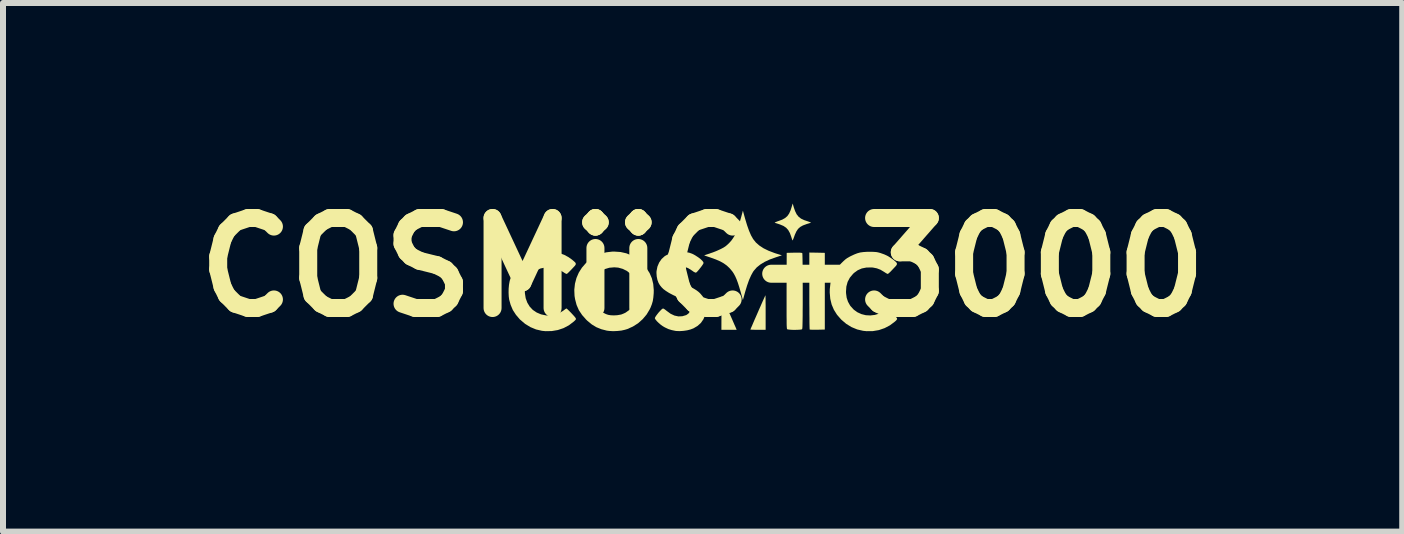
<source format=kicad_pcb>
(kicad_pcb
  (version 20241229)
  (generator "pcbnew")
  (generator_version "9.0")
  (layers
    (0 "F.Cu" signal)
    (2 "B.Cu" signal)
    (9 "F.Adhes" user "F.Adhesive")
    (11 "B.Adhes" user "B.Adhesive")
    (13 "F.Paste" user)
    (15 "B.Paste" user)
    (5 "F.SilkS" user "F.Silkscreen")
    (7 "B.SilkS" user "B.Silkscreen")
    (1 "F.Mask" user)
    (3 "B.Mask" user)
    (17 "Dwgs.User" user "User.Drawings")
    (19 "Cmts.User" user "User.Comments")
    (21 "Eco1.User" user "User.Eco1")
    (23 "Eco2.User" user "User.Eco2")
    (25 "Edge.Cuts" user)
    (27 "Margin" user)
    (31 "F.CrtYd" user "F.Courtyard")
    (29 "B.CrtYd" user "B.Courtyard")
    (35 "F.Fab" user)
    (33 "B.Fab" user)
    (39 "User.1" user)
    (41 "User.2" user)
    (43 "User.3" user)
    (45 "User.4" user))
  (footprint "COSMiiC-3000"
    (layer "F.Cu")
    (at 8.657 1.404)
    (property "Reference" "COSMiiC-3000" (at 0 0 0) (layer "F.SilkS") (effects (font (size 1.5 1.5) (thickness 0.3))))
    (attr board_only exclude_from_pos_files exclude_from_bom)
    (fp_poly (pts (xy 1.907 -0.244) (xy 2.036 -0.241) (xy 2.036 0.398) (xy 2.036 1.037) (xy 1.913 1.04) (xy 1.869 1.04) (xy 1.831 1.04) (xy 1.802 1.039) (xy 1.786 1.037) (xy 1.784 1.036) (xy 1.783 1.027) (xy 1.782 1.002) (xy 1.781 0.963) (xy 1.78 0.911) (xy 1.78 0.847) (xy 1.779 0.773) (xy 1.779 0.69) (xy 1.778 0.599) (xy 1.778 0.502) (xy 1.778 0.4) (xy 1.778 0.392) (xy 1.778 -0.246)) (stroke (width 0) (type solid)) (fill yes) (layer "F.SilkS"))
    (fp_poly (pts (xy 0.326 0.492) (xy 0.336 0.516) (xy 0.352 0.55) (xy 0.371 0.593) (xy 0.393 0.643) (xy 0.417 0.697) (xy 0.442 0.754) (xy 0.467 0.811) (xy 0.491 0.865) (xy 0.513 0.916) (xy 0.532 0.96) (xy 0.548 0.995) (xy 0.556 1.014) (xy 0.567 1.041) (xy 0.44 1.041) (xy 0.313 1.041) (xy 0.314 0.756) (xy 0.314 0.683) (xy 0.314 0.619) (xy 0.315 0.566) (xy 0.317 0.525) (xy 0.318 0.497) (xy 0.32 0.483) (xy 0.321 0.483)) (stroke (width 0) (type solid)) (fill yes) (layer "F.SilkS"))
    (fp_poly (pts (xy 1.047 0.474) (xy 1.048 0.496) (xy 1.049 0.531) (xy 1.049 0.578) (xy 1.05 0.634) (xy 1.05 0.697) (xy 1.05 0.752) (xy 1.05 1.041) (xy 0.923 1.041) (xy 0.879 1.041) (xy 0.841 1.04) (xy 0.813 1.039) (xy 0.798 1.038) (xy 0.796 1.037) (xy 0.799 1.029) (xy 0.808 1.007) (xy 0.823 0.974) (xy 0.841 0.931) (xy 0.862 0.882) (xy 0.886 0.828) (xy 0.911 0.771) (xy 0.936 0.713) (xy 0.961 0.657) (xy 0.984 0.604) (xy 1.005 0.557) (xy 1.023 0.517) (xy 1.036 0.488) (xy 1.044 0.47) (xy 1.046 0.466)) (stroke (width 0) (type solid)) (fill yes) (layer "F.SilkS"))
    (fp_poly (pts (xy 1.519 -0.999) (xy 1.542 -0.934) (xy 1.567 -0.883) (xy 1.599 -0.843) (xy 1.64 -0.811) (xy 1.693 -0.786) (xy 1.753 -0.766) (xy 1.78 -0.756) (xy 1.799 -0.749) (xy 1.805 -0.743) (xy 1.803 -0.743) (xy 1.789 -0.738) (xy 1.764 -0.73) (xy 1.733 -0.721) (xy 1.729 -0.719) (xy 1.672 -0.698) (xy 1.627 -0.673) (xy 1.591 -0.641) (xy 1.562 -0.598) (xy 1.537 -0.543) (xy 1.523 -0.504) (xy 1.512 -0.475) (xy 1.503 -0.455) (xy 1.497 -0.448) (xy 1.496 -0.449) (xy 1.491 -0.464) (xy 1.483 -0.488) (xy 1.477 -0.508) (xy 1.454 -0.571) (xy 1.426 -0.621) (xy 1.392 -0.659) (xy 1.348 -0.689) (xy 1.291 -0.713) (xy 1.262 -0.723) (xy 1.234 -0.732) (xy 1.211 -0.739) (xy 1.202 -0.742) (xy 1.204 -0.747) (xy 1.219 -0.754) (xy 1.245 -0.765) (xy 1.263 -0.771) (xy 1.326 -0.794) (xy 1.374 -0.821) (xy 1.411 -0.853) (xy 1.441 -0.895) (xy 1.465 -0.948) (xy 1.479 -0.991) (xy 1.501 -1.063)) (stroke (width 0) (type solid)) (fill yes) (layer "F.SilkS"))
    (fp_poly (pts (xy 1.618 -0.244) (xy 1.642 -0.242) (xy 1.656 -0.239) (xy 1.661 -0.235) (xy 1.662 -0.225) (xy 1.663 -0.2) (xy 1.664 -0.16) (xy 1.665 -0.107) (xy 1.666 -0.043) (xy 1.666 0.032) (xy 1.667 0.115) (xy 1.667 0.206) (xy 1.668 0.302) (xy 1.668 0.398) (xy 1.668 0.523) (xy 1.668 0.632) (xy 1.667 0.725) (xy 1.667 0.804) (xy 1.666 0.87) (xy 1.665 0.923) (xy 1.664 0.965) (xy 1.663 0.996) (xy 1.661 1.016) (xy 1.659 1.028) (xy 1.658 1.031) (xy 1.645 1.036) (xy 1.619 1.039) (xy 1.584 1.041) (xy 1.544 1.042) (xy 1.504 1.042) (xy 1.465 1.04) (xy 1.434 1.037) (xy 1.413 1.033) (xy 1.406 1.03) (xy 1.405 1.022) (xy 1.403 1.004) (xy 1.401 0.975) (xy 1.4 0.933) (xy 1.4 0.879) (xy 1.399 0.811) (xy 1.399 0.729) (xy 1.399 0.632) (xy 1.399 0.52) (xy 1.399 0.392) (xy 1.399 0.389) (xy 1.401 -0.241) (xy 1.528 -0.244) (xy 1.58 -0.244)) (stroke (width 0) (type solid)) (fill yes) (layer "F.SilkS"))
    (fp_poly (pts (xy 0.708 -0.81) (xy 0.741 -0.701) (xy 0.774 -0.608) (xy 0.807 -0.532) (xy 0.841 -0.472) (xy 0.841 -0.472) (xy 0.887 -0.414) (xy 0.945 -0.363) (xy 1.015 -0.317) (xy 1.099 -0.276) (xy 1.199 -0.238) (xy 1.22 -0.231) (xy 1.321 -0.2) (xy 1.221 -0.167) (xy 1.12 -0.131) (xy 1.034 -0.091) (xy 0.962 -0.047) (xy 0.902 0.001) (xy 0.855 0.055) (xy 0.841 0.074) (xy 0.808 0.134) (xy 0.774 0.21) (xy 0.741 0.303) (xy 0.708 0.412) (xy 0.708 0.412) (xy 0.671 0.546) (xy 0.661 0.508) (xy 0.634 0.411) (xy 0.61 0.329) (xy 0.588 0.26) (xy 0.566 0.201) (xy 0.544 0.151) (xy 0.521 0.108) (xy 0.496 0.07) (xy 0.468 0.036) (xy 0.446 0.011) (xy 0.402 -0.03) (xy 0.352 -0.066) (xy 0.293 -0.099) (xy 0.222 -0.13) (xy 0.137 -0.161) (xy 0.134 -0.162) (xy 0.095 -0.175) (xy 0.062 -0.186) (xy 0.039 -0.194) (xy 0.028 -0.198) (xy 0.027 -0.199) (xy 0.034 -0.202) (xy 0.054 -0.209) (xy 0.084 -0.219) (xy 0.121 -0.231) (xy 0.122 -0.232) (xy 0.172 -0.249) (xy 0.226 -0.27) (xy 0.277 -0.293) (xy 0.303 -0.305) (xy 0.347 -0.328) (xy 0.381 -0.35) (xy 0.411 -0.375) (xy 0.444 -0.407) (xy 0.445 -0.408) (xy 0.476 -0.442) (xy 0.502 -0.478) (xy 0.527 -0.517) (xy 0.549 -0.561) (xy 0.571 -0.613) (xy 0.593 -0.674) (xy 0.616 -0.746) (xy 0.641 -0.832) (xy 0.661 -0.906) (xy 0.671 -0.944)) (stroke (width 0) (type solid)) (fill yes) (layer "F.SilkS"))
    (fp_poly (pts (xy -1.367 -0.255) (xy -1.27 -0.233) (xy -1.18 -0.196) (xy -1.096 -0.144) (xy -1.015 -0.075) (xy -1.008 -0.068) (xy -0.938 0.012) (xy -0.884 0.095) (xy -0.846 0.183) (xy -0.823 0.277) (xy -0.814 0.38) (xy -0.815 0.432) (xy -0.821 0.502) (xy -0.83 0.561) (xy -0.846 0.616) (xy -0.868 0.672) (xy -0.881 0.699) (xy -0.933 0.786) (xy -0.999 0.864) (xy -1.075 0.932) (xy -1.162 0.987) (xy -1.256 1.029) (xy -1.296 1.041) (xy -1.354 1.054) (xy -1.422 1.061) (xy -1.492 1.064) (xy -1.557 1.06) (xy -1.596 1.055) (xy -1.689 1.031) (xy -1.77 0.998) (xy -1.846 0.952) (xy -1.918 0.893) (xy -1.94 0.872) (xy -2.008 0.795) (xy -2.062 0.714) (xy -2.1 0.627) (xy -2.125 0.531) (xy -2.134 0.477) (xy -2.137 0.406) (xy -1.865 0.406) (xy -1.857 0.491) (xy -1.834 0.567) (xy -1.797 0.636) (xy -1.747 0.695) (xy -1.684 0.743) (xy -1.611 0.779) (xy -1.573 0.792) (xy -1.53 0.799) (xy -1.477 0.801) (xy -1.422 0.798) (xy -1.37 0.789) (xy -1.349 0.784) (xy -1.285 0.756) (xy -1.226 0.714) (xy -1.173 0.661) (xy -1.131 0.6) (xy -1.109 0.552) (xy -1.096 0.505) (xy -1.088 0.449) (xy -1.085 0.39) (xy -1.088 0.335) (xy -1.091 0.313) (xy -1.116 0.235) (xy -1.153 0.166) (xy -1.203 0.107) (xy -1.262 0.06) (xy -1.331 0.026) (xy -1.406 0.005) (xy -1.472 0) (xy -1.554 0.007) (xy -1.628 0.029) (xy -1.695 0.066) (xy -1.756 0.118) (xy -1.758 0.12) (xy -1.807 0.182) (xy -1.84 0.249) (xy -1.859 0.324) (xy -1.865 0.406) (xy -2.137 0.406) (xy -2.138 0.373) (xy -2.127 0.273) (xy -2.102 0.178) (xy -2.063 0.088) (xy -2.011 0.006) (xy -1.948 -0.067) (xy -1.875 -0.13) (xy -1.793 -0.183) (xy -1.703 -0.223) (xy -1.605 -0.25) (xy -1.502 -0.262) (xy -1.471 -0.262)) (stroke (width 0) (type solid)) (fill yes) (layer "F.SilkS"))
    (fp_poly (pts (xy -2.522 -0.258) (xy -2.482 -0.256) (xy -2.451 -0.253) (xy -2.424 -0.248) (xy -2.396 -0.241) (xy -2.388 -0.238) (xy -2.306 -0.208) (xy -2.234 -0.169) (xy -2.175 -0.127) (xy -2.142 -0.099) (xy -2.121 -0.079) (xy -2.113 -0.062) (xy -2.115 -0.045) (xy -2.127 -0.027) (xy -2.138 -0.015) (xy -2.18 0.03) (xy -2.212 0.063) (xy -2.235 0.086) (xy -2.251 0.101) (xy -2.261 0.108) (xy -2.267 0.11) (xy -2.279 0.106) (xy -2.3 0.094) (xy -2.326 0.077) (xy -2.326 0.077) (xy -2.388 0.04) (xy -2.448 0.017) (xy -2.513 0.004) (xy -2.54 0.002) (xy -2.625 0.004) (xy -2.7 0.019) (xy -2.768 0.049) (xy -2.829 0.094) (xy -2.847 0.111) (xy -2.898 0.173) (xy -2.935 0.243) (xy -2.956 0.321) (xy -2.962 0.406) (xy -2.961 0.432) (xy -2.948 0.515) (xy -2.921 0.589) (xy -2.881 0.655) (xy -2.829 0.71) (xy -2.765 0.753) (xy -2.692 0.784) (xy -2.61 0.801) (xy -2.602 0.802) (xy -2.534 0.801) (xy -2.462 0.787) (xy -2.393 0.763) (xy -2.331 0.729) (xy -2.308 0.712) (xy -2.288 0.697) (xy -2.273 0.687) (xy -2.269 0.686) (xy -2.26 0.692) (xy -2.243 0.707) (xy -2.22 0.73) (xy -2.194 0.756) (xy -2.168 0.784) (xy -2.145 0.809) (xy -2.126 0.831) (xy -2.117 0.844) (xy -2.111 0.856) (xy -2.111 0.865) (xy -2.119 0.877) (xy -2.136 0.894) (xy -2.148 0.905) (xy -2.228 0.966) (xy -2.317 1.013) (xy -2.412 1.045) (xy -2.513 1.062) (xy -2.617 1.064) (xy -2.677 1.058) (xy -2.776 1.035) (xy -2.87 0.996) (xy -2.958 0.942) (xy -3.038 0.874) (xy -3.044 0.869) (xy -3.11 0.792) (xy -3.162 0.712) (xy -3.199 0.625) (xy -3.223 0.539) (xy -3.23 0.486) (xy -3.233 0.423) (xy -3.232 0.356) (xy -3.226 0.291) (xy -3.216 0.234) (xy -3.209 0.207) (xy -3.168 0.106) (xy -3.114 0.015) (xy -3.048 -0.065) (xy -2.97 -0.133) (xy -2.881 -0.189) (xy -2.78 -0.232) (xy -2.76 -0.238) (xy -2.731 -0.247) (xy -2.704 -0.252) (xy -2.675 -0.256) (xy -2.638 -0.258) (xy -2.59 -0.258) (xy -2.574 -0.258)) (stroke (width 0) (type solid)) (fill yes) (layer "F.SilkS"))
    (fp_poly (pts (xy 2.833 -0.258) (xy 2.872 -0.256) (xy 2.903 -0.253) (xy 2.931 -0.247) (xy 2.96 -0.239) (xy 2.963 -0.238) (xy 3.028 -0.215) (xy 3.085 -0.188) (xy 3.14 -0.153) (xy 3.173 -0.13) (xy 3.207 -0.102) (xy 3.229 -0.081) (xy 3.238 -0.063) (xy 3.236 -0.046) (xy 3.224 -0.027) (xy 3.216 -0.018) (xy 3.168 0.033) (xy 3.131 0.072) (xy 3.104 0.097) (xy 3.088 0.109) (xy 3.084 0.11) (xy 3.072 0.106) (xy 3.051 0.094) (xy 3.025 0.077) (xy 3.025 0.077) (xy 2.963 0.04) (xy 2.903 0.017) (xy 2.838 0.004) (xy 2.811 0.002) (xy 2.727 0.004) (xy 2.652 0.019) (xy 2.584 0.049) (xy 2.522 0.094) (xy 2.504 0.112) (xy 2.453 0.173) (xy 2.416 0.243) (xy 2.395 0.32) (xy 2.389 0.405) (xy 2.39 0.432) (xy 2.4 0.507) (xy 2.422 0.573) (xy 2.457 0.636) (xy 2.468 0.65) (xy 2.519 0.706) (xy 2.579 0.749) (xy 2.647 0.78) (xy 2.719 0.798) (xy 2.794 0.802) (xy 2.87 0.793) (xy 2.943 0.771) (xy 3.012 0.734) (xy 3.043 0.712) (xy 3.063 0.697) (xy 3.078 0.687) (xy 3.083 0.686) (xy 3.092 0.692) (xy 3.109 0.707) (xy 3.132 0.73) (xy 3.158 0.757) (xy 3.184 0.785) (xy 3.208 0.811) (xy 3.227 0.833) (xy 3.237 0.847) (xy 3.238 0.849) (xy 3.241 0.86) (xy 3.236 0.871) (xy 3.223 0.887) (xy 3.203 0.905) (xy 3.122 0.966) (xy 3.033 1.013) (xy 2.937 1.046) (xy 2.836 1.063) (xy 2.732 1.064) (xy 2.674 1.058) (xy 2.575 1.035) (xy 2.481 0.996) (xy 2.393 0.942) (xy 2.313 0.874) (xy 2.307 0.868) (xy 2.239 0.79) (xy 2.187 0.707) (xy 2.15 0.62) (xy 2.127 0.525) (xy 2.118 0.422) (xy 2.119 0.364) (xy 2.13 0.264) (xy 2.152 0.174) (xy 2.189 0.091) (xy 2.24 0.013) (xy 2.307 -0.064) (xy 2.311 -0.068) (xy 2.349 -0.105) (xy 2.379 -0.132) (xy 2.408 -0.153) (xy 2.44 -0.172) (xy 2.472 -0.189) (xy 2.529 -0.215) (xy 2.578 -0.234) (xy 2.625 -0.247) (xy 2.676 -0.254) (xy 2.734 -0.258) (xy 2.781 -0.258)) (stroke (width 0) (type solid)) (fill yes) (layer "F.SilkS"))
    (fp_poly (pts (xy -0.276 -0.254) (xy -0.222 -0.243) (xy -0.174 -0.226) (xy -0.124 -0.2) (xy -0.12 -0.197) (xy -0.072 -0.166) (xy -0.033 -0.136) (xy -0.005 -0.109) (xy 0.012 -0.086) (xy 0.015 -0.071) (xy 0.009 -0.056) (xy -0.006 -0.033) (xy -0.027 -0.004) (xy -0.051 0.026) (xy -0.074 0.054) (xy -0.094 0.076) (xy -0.109 0.088) (xy -0.111 0.089) (xy -0.126 0.086) (xy -0.151 0.073) (xy -0.18 0.052) (xy -0.241 0.014) (xy -0.301 -0.009) (xy -0.36 -0.018) (xy -0.416 -0.011) (xy -0.446 0.001) (xy -0.48 0.024) (xy -0.5 0.055) (xy -0.508 0.097) (xy -0.508 0.105) (xy -0.505 0.132) (xy -0.496 0.155) (xy -0.479 0.177) (xy -0.452 0.199) (xy -0.413 0.223) (xy -0.361 0.249) (xy -0.324 0.267) (xy -0.251 0.301) (xy -0.191 0.331) (xy -0.143 0.358) (xy -0.104 0.382) (xy -0.072 0.406) (xy -0.045 0.43) (xy -0.044 0.431) (xy 0.004 0.488) (xy 0.036 0.554) (xy 0.054 0.627) (xy 0.057 0.706) (xy 0.056 0.717) (xy 0.042 0.796) (xy 0.013 0.866) (xy -0.029 0.927) (xy -0.085 0.977) (xy -0.153 1.017) (xy -0.203 1.036) (xy -0.258 1.05) (xy -0.32 1.059) (xy -0.382 1.063) (xy -0.438 1.061) (xy -0.453 1.059) (xy -0.515 1.046) (xy -0.57 1.029) (xy -0.625 1.003) (xy -0.631 1) (xy -0.665 0.98) (xy -0.701 0.954) (xy -0.734 0.925) (xy -0.763 0.897) (xy -0.784 0.871) (xy -0.795 0.851) (xy -0.796 0.847) (xy -0.79 0.832) (xy -0.776 0.809) (xy -0.755 0.781) (xy -0.732 0.752) (xy -0.707 0.725) (xy -0.685 0.702) (xy -0.667 0.689) (xy -0.66 0.686) (xy -0.646 0.691) (xy -0.625 0.705) (xy -0.6 0.725) (xy -0.596 0.728) (xy -0.533 0.774) (xy -0.469 0.804) (xy -0.403 0.818) (xy -0.338 0.815) (xy -0.273 0.796) (xy -0.238 0.772) (xy -0.214 0.74) (xy -0.203 0.702) (xy -0.205 0.662) (xy -0.219 0.623) (xy -0.246 0.589) (xy -0.256 0.581) (xy -0.273 0.571) (xy -0.302 0.555) (xy -0.34 0.535) (xy -0.384 0.514) (xy -0.415 0.499) (xy -0.494 0.461) (xy -0.559 0.427) (xy -0.611 0.394) (xy -0.653 0.363) (xy -0.686 0.33) (xy -0.713 0.296) (xy -0.735 0.258) (xy -0.753 0.21) (xy -0.765 0.152) (xy -0.769 0.094) (xy -0.768 0.065) (xy -0.753 -0.012) (xy -0.724 -0.08) (xy -0.683 -0.139) (xy -0.63 -0.187) (xy -0.565 -0.223) (xy -0.491 -0.248) (xy -0.409 -0.26) (xy -0.34 -0.26)) (stroke (width 0) (type solid)) (fill yes) (layer "F.SilkS")))
  (gr_rect
    (start -3 -3)
    (end 20.314 5.808)
    (stroke (width 0.1) (type default))
    (fill no)
    (layer "Edge.Cuts")))
</source>
